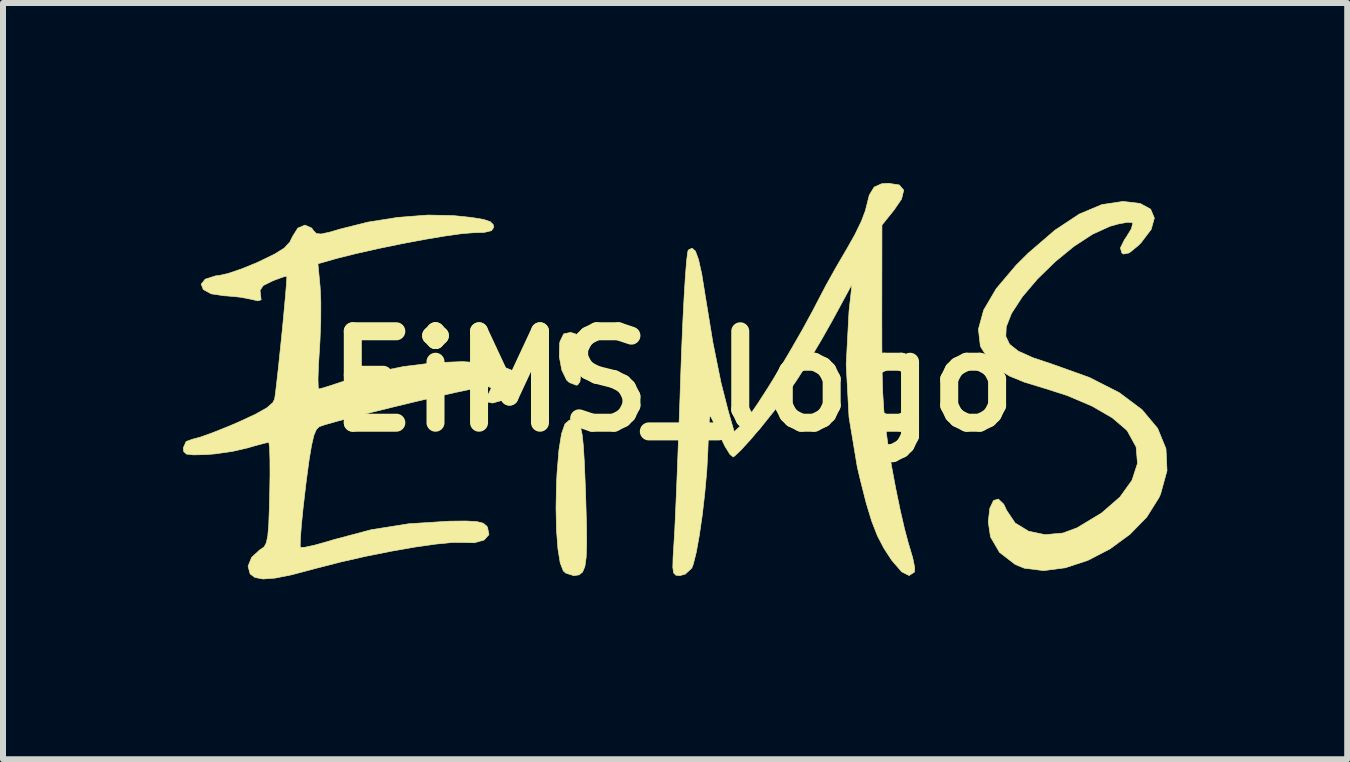
<source format=kicad_pcb>
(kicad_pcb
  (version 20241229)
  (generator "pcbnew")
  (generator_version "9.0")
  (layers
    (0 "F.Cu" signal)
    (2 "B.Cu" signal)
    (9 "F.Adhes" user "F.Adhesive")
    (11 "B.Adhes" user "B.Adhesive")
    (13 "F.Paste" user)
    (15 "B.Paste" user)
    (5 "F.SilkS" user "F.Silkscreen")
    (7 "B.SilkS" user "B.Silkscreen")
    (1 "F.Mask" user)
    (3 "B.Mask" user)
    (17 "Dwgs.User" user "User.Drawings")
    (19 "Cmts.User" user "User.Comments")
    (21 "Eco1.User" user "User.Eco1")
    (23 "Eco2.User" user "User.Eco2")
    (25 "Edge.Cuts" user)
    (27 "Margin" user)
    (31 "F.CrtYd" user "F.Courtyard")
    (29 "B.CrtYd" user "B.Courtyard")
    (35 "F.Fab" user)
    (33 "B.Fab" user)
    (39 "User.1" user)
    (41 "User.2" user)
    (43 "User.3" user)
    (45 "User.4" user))
  (footprint "EiMS_logo"
    (layer "F.Cu")
    (at 8.165 3.307)
    (property "Reference" "EiMS_logo" (at 0 0 0) (layer "F.SilkS") (effects (font (size 1.524 1.524) (thickness 0.3))))
    (attr through_hole)
    (fp_poly (pts (xy -1.696 -0.814) (xy -1.621 -0.791) (xy -1.576 -0.729) (xy -1.552 -0.6) (xy -1.537 -0.374) (xy -1.537 -0.365) (xy -1.532 -0.129) (xy -1.547 0.005) (xy -1.585 0.059) (xy -1.609 0.064) (xy -1.725 0.019) (xy -1.77 -0.022) (xy -1.85 -0.188) (xy -1.892 -0.414) (xy -1.886 -0.635) (xy -1.878 -0.669) (xy -1.818 -0.791) (xy -1.707 -0.815) (xy -1.696 -0.814)) (stroke (width 0.01) (type solid)) (fill yes) (layer "F.SilkS"))
    (fp_poly (pts (xy -1.622 0.665) (xy -1.607 0.673) (xy -1.566 0.711) (xy -1.534 0.778) (xy -1.51 0.892) (xy -1.491 1.071) (xy -1.475 1.333) (xy -1.46 1.695) (xy -1.452 1.912) (xy -1.439 2.356) (xy -1.435 2.69) (xy -1.443 2.928) (xy -1.465 3.086) (xy -1.504 3.18) (xy -1.562 3.226) (xy -1.642 3.238) (xy -1.651 3.239) (xy -1.782 3.197) (xy -1.825 3.159) (xy -1.876 3.028) (xy -1.914 2.794) (xy -1.938 2.48) (xy -1.946 2.108) (xy -1.938 1.702) (xy -1.929 1.527) (xy -1.897 1.141) (xy -1.854 0.873) (xy -1.797 0.71) (xy -1.721 0.644) (xy -1.622 0.665)) (stroke (width 0.01) (type solid)) (fill yes) (layer "F.SilkS"))
    (fp_poly (pts (xy 7.793 -2.965) (xy 7.966 -2.87) (xy 8.028 -2.723) (xy 7.975 -2.533) (xy 7.805 -2.309) (xy 7.753 -2.258) (xy 7.608 -2.141) (xy 7.515 -2.122) (xy 7.486 -2.141) (xy 7.462 -2.224) (xy 7.528 -2.358) (xy 7.561 -2.406) (xy 7.644 -2.541) (xy 7.668 -2.634) (xy 7.662 -2.646) (xy 7.582 -2.652) (xy 7.423 -2.623) (xy 7.286 -2.584) (xy 7 -2.454) (xy 6.687 -2.25) (xy 6.373 -1.993) (xy 6.079 -1.706) (xy 5.829 -1.412) (xy 5.647 -1.133) (xy 5.559 -0.909) (xy 5.552 -0.75) (xy 5.614 -0.619) (xy 5.759 -0.504) (xy 6.003 -0.394) (xy 6.329 -0.285) (xy 6.944 -0.065) (xy 7.442 0.188) (xy 7.822 0.472) (xy 8.083 0.784) (xy 8.222 1.124) (xy 8.239 1.489) (xy 8.132 1.878) (xy 8.104 1.94) (xy 7.902 2.262) (xy 7.621 2.55) (xy 7.286 2.795) (xy 6.92 2.984) (xy 6.544 3.108) (xy 6.184 3.155) (xy 5.861 3.115) (xy 5.709 3.053) (xy 5.446 2.85) (xy 5.296 2.592) (xy 5.259 2.341) (xy 5.285 2.116) (xy 5.346 1.987) (xy 5.428 1.962) (xy 5.518 2.049) (xy 5.566 2.152) (xy 5.707 2.361) (xy 5.93 2.498) (xy 6.205 2.556) (xy 6.504 2.529) (xy 6.739 2.442) (xy 7.147 2.196) (xy 7.454 1.929) (xy 7.655 1.65) (xy 7.747 1.368) (xy 7.724 1.093) (xy 7.582 0.834) (xy 7.561 0.808) (xy 7.325 0.607) (xy 6.988 0.412) (xy 6.574 0.236) (xy 6.205 0.118) (xy 5.863 0.014) (xy 5.616 -0.087) (xy 5.431 -0.2) (xy 5.284 -0.334) (xy 5.128 -0.584) (xy 5.095 -0.869) (xy 5.183 -1.189) (xy 5.393 -1.546) (xy 5.725 -1.938) (xy 5.927 -2.138) (xy 6.371 -2.52) (xy 6.776 -2.788) (xy 7.151 -2.946) (xy 7.504 -2.999) (xy 7.511 -2.999) (xy 7.793 -2.965)) (stroke (width 0.01) (type solid)) (fill yes) (layer "F.SilkS"))
    (fp_poly (pts (xy 3.776 -3.274) (xy 3.85 -3.187) (xy 3.814 -3.039) (xy 3.688 -2.855) (xy 3.487 -2.605) (xy 3.485 -1.064) (xy 3.486 -0.554) (xy 3.49 -0.145) (xy 3.5 0.191) (xy 3.518 0.479) (xy 3.545 0.746) (xy 3.582 1.02) (xy 3.632 1.326) (xy 3.648 1.419) (xy 3.717 1.788) (xy 3.791 2.146) (xy 3.863 2.458) (xy 3.925 2.691) (xy 3.94 2.74) (xy 4.001 2.947) (xy 4.033 3.107) (xy 4.03 3.178) (xy 3.94 3.237) (xy 3.816 3.175) (xy 3.658 2.992) (xy 3.641 2.969) (xy 3.515 2.775) (xy 3.41 2.571) (xy 3.317 2.333) (xy 3.226 2.034) (xy 3.128 1.648) (xy 3.076 1.428) (xy 2.938 0.598) (xy 2.891 -0.281) (xy 2.938 -1.168) (xy 2.942 -1.206) (xy 2.988 -1.619) (xy 2.664 -1.021) (xy 2.487 -0.708) (xy 2.291 -0.377) (xy 2.105 -0.081) (xy 2.034 0.027) (xy 1.871 0.255) (xy 1.681 0.504) (xy 1.484 0.749) (xy 1.297 0.97) (xy 1.14 1.142) (xy 1.032 1.244) (xy 1.006 1.26) (xy 0.954 1.218) (xy 0.873 1.088) (xy 0.794 0.926) (xy 0.709 0.74) (xy 0.645 0.612) (xy 0.62 0.572) (xy 0.611 0.631) (xy 0.6 0.789) (xy 0.59 1.018) (xy 0.585 1.159) (xy 0.567 1.496) (xy 0.534 1.861) (xy 0.492 2.227) (xy 0.443 2.565) (xy 0.392 2.849) (xy 0.342 3.048) (xy 0.317 3.113) (xy 0.208 3.214) (xy 0.116 3.239) (xy 0.052 3.232) (xy 0.015 3.195) (xy 0.001 3.105) (xy 0.005 2.935) (xy 0.021 2.683) (xy 0.033 2.482) (xy 0.047 2.175) (xy 0.064 1.781) (xy 0.082 1.322) (xy 0.101 0.816) (xy 0.12 0.284) (xy 0.129 0) (xy 0.147 -0.509) (xy 0.167 -0.977) (xy 0.188 -1.39) (xy 0.209 -1.733) (xy 0.229 -1.99) (xy 0.247 -2.146) (xy 0.258 -2.188) (xy 0.321 -2.22) (xy 0.378 -2.171) (xy 0.43 -2.029) (xy 0.484 -1.783) (xy 0.541 -1.429) (xy 0.669 -0.645) (xy 0.803 0.017) (xy 0.926 0.5) (xy 1.024 0.84) (xy 1.175 0.698) (xy 1.269 0.584) (xy 1.409 0.382) (xy 1.583 0.113) (xy 1.776 -0.2) (xy 1.974 -0.535) (xy 2.165 -0.868) (xy 2.333 -1.177) (xy 2.414 -1.333) (xy 2.554 -1.6) (xy 2.726 -1.908) (xy 2.893 -2.194) (xy 2.899 -2.203) (xy 3.035 -2.444) (xy 3.145 -2.671) (xy 3.21 -2.843) (xy 3.217 -2.871) (xy 3.276 -3.105) (xy 3.357 -3.238) (xy 3.482 -3.294) (xy 3.592 -3.302) (xy 3.776 -3.274)) (stroke (width 0.01) (type solid)) (fill yes) (layer "F.SilkS"))
    (fp_poly (pts (xy -3.653 -2.763) (xy -3.35 -2.731) (xy -3.153 -2.699) (xy -3.041 -2.661) (xy -2.992 -2.611) (xy -2.985 -2.567) (xy -3.021 -2.512) (xy -3.143 -2.483) (xy -3.332 -2.477) (xy -3.517 -2.462) (xy -3.796 -2.423) (xy -4.141 -2.365) (xy -4.522 -2.293) (xy -4.911 -2.213) (xy -5.279 -2.13) (xy -5.596 -2.051) (xy -5.672 -2.029) (xy -5.915 -1.96) (xy -5.878 -1.567) (xy -5.867 -1.326) (xy -5.868 -1.011) (xy -5.881 -0.675) (xy -5.89 -0.524) (xy -5.907 -0.254) (xy -5.914 -0.039) (xy -5.91 0.095) (xy -5.901 0.127) (xy -5.824 0.108) (xy -5.666 0.058) (xy -5.508 0.005) (xy -5.011 -0.14) (xy -4.492 -0.246) (xy -3.98 -0.31) (xy -3.505 -0.329) (xy -3.093 -0.301) (xy -2.826 -0.242) (xy -2.662 -0.175) (xy -2.589 -0.097) (xy -2.572 0.029) (xy -2.591 0.161) (xy -2.673 0.246) (xy -2.811 0.308) (xy -3.004 0.362) (xy -3.099 0.341) (xy -3.094 0.247) (xy -3.064 0.192) (xy -3.026 0.116) (xy -3.062 0.09) (xy -3.195 0.102) (xy -3.225 0.106) (xy -3.385 0.135) (xy -3.631 0.187) (xy -3.941 0.257) (xy -4.289 0.338) (xy -4.653 0.426) (xy -5.01 0.514) (xy -5.336 0.597) (xy -5.608 0.669) (xy -5.802 0.724) (xy -5.894 0.756) (xy -5.941 0.803) (xy -5.983 0.901) (xy -6.022 1.068) (xy -6.064 1.322) (xy -6.112 1.681) (xy -6.123 1.775) (xy -6.162 2.109) (xy -6.191 2.398) (xy -6.207 2.618) (xy -6.211 2.746) (xy -6.206 2.769) (xy -6.134 2.766) (xy -5.971 2.731) (xy -5.749 2.669) (xy -5.655 2.64) (xy -5.03 2.474) (xy -4.4 2.374) (xy -3.723 2.331) (xy -3.446 2.328) (xy -3.268 2.338) (xy -3.163 2.364) (xy -3.102 2.412) (xy -3.088 2.433) (xy -3.064 2.555) (xy -3.145 2.645) (xy -3.308 2.691) (xy -3.48 2.686) (xy -3.662 2.685) (xy -3.941 2.712) (xy -4.294 2.762) (xy -4.693 2.832) (xy -5.115 2.916) (xy -5.534 3.011) (xy -5.926 3.112) (xy -5.954 3.119) (xy -6.342 3.222) (xy -6.629 3.28) (xy -6.831 3.295) (xy -6.966 3.269) (xy -7.045 3.211) (xy -7.08 3.082) (xy -7.02 2.934) (xy -6.882 2.807) (xy -6.86 2.795) (xy -6.81 2.757) (xy -6.775 2.691) (xy -6.751 2.576) (xy -6.735 2.39) (xy -6.725 2.112) (xy -6.719 1.873) (xy -6.714 1.56) (xy -6.715 1.298) (xy -6.721 1.11) (xy -6.732 1.02) (xy -6.735 1.016) (xy -6.812 1.033) (xy -6.969 1.075) (xy -7.086 1.109) (xy -7.337 1.167) (xy -7.629 1.209) (xy -7.78 1.221) (xy -7.992 1.226) (xy -8.106 1.213) (xy -8.152 1.171) (xy -8.16 1.111) (xy -8.112 1.002) (xy -8.001 0.963) (xy -7.876 0.93) (xy -7.669 0.856) (xy -7.414 0.754) (xy -7.254 0.686) (xy -6.96 0.55) (xy -6.769 0.443) (xy -6.666 0.354) (xy -6.637 0.294) (xy -6.622 0.19) (xy -6.599 -0.006) (xy -6.57 -0.266) (xy -6.539 -0.566) (xy -6.507 -0.878) (xy -6.479 -1.178) (xy -6.455 -1.439) (xy -6.439 -1.636) (xy -6.433 -1.743) (xy -6.434 -1.755) (xy -6.494 -1.74) (xy -6.629 -1.691) (xy -6.676 -1.672) (xy -6.828 -1.596) (xy -6.88 -1.517) (xy -6.873 -1.447) (xy -6.862 -1.359) (xy -6.917 -1.342) (xy -7.023 -1.367) (xy -7.21 -1.403) (xy -7.434 -1.424) (xy -7.475 -1.426) (xy -7.695 -1.459) (xy -7.826 -1.531) (xy -7.861 -1.62) (xy -7.795 -1.703) (xy -7.623 -1.758) (xy -7.562 -1.765) (xy -7.413 -1.798) (xy -7.193 -1.873) (xy -6.943 -1.974) (xy -6.889 -1.999) (xy -6.636 -2.122) (xy -6.476 -2.222) (xy -6.384 -2.321) (xy -6.341 -2.41) (xy -6.251 -2.554) (xy -6.131 -2.605) (xy -6.019 -2.555) (xy -5.987 -2.51) (xy -5.942 -2.464) (xy -5.862 -2.456) (xy -5.715 -2.488) (xy -5.546 -2.538) (xy -5.084 -2.654) (xy -4.579 -2.734) (xy -4.083 -2.772) (xy -3.653 -2.763)) (stroke (width 0.01) (type solid)) (fill yes) (layer "F.SilkS")))
  (gr_rect
    (start -3 -3)
    (end 19.408 9.607)
    (stroke (width 0.1) (type default))
    (fill no)
    (layer "Edge.Cuts")))
</source>
